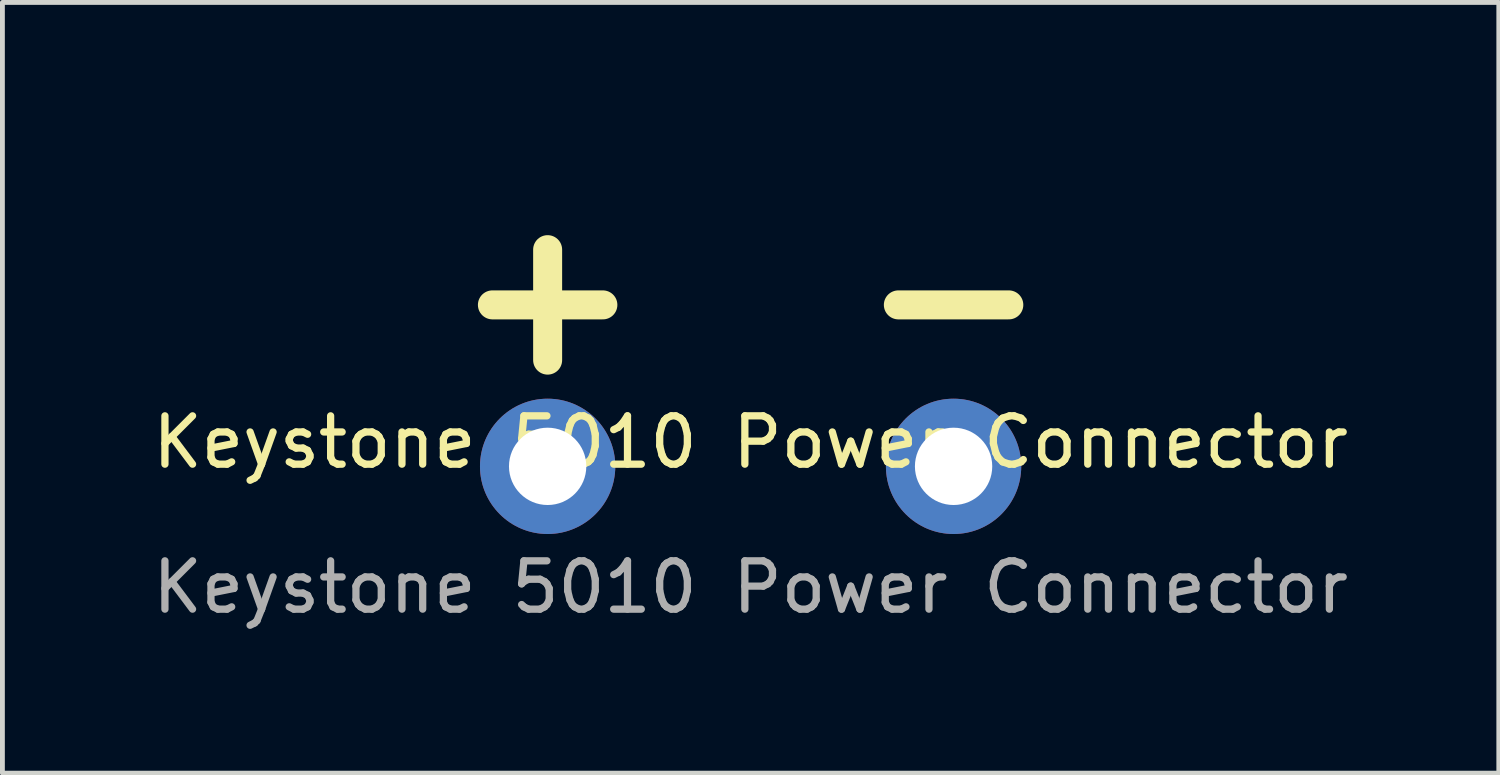
<source format=kicad_pcb>
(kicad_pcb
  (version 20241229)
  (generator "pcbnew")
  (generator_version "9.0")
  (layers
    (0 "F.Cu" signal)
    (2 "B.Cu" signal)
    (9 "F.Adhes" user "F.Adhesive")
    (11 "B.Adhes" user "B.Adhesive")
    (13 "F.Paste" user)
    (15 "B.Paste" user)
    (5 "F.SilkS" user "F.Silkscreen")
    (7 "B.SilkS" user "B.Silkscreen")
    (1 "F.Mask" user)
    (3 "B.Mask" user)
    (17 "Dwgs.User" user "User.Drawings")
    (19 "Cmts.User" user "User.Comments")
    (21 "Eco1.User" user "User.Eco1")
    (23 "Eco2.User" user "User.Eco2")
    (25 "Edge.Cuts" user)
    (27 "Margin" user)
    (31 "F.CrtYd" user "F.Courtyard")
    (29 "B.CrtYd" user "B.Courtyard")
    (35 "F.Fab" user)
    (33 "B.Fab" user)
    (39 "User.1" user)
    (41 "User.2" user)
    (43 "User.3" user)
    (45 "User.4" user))
  (footprint "Keystone 5010 Power Connector"
    (layer "F.Cu")
    (at 12.482 6.6)
    (property "Reference" "Keystone 5010 Power Connector" (at 0 -0.5 0) (unlocked yes) (layer "F.SilkS") (effects (font (size 1 1) (thickness 0.15))))
    (attr through_hole)
    (fp_text user "-" (at 4.2 -1.8 0) (unlocked yes) (layer "F.SilkS") (effects (font (size 3 3) (thickness 0.6) (bold yes)) (justify bottom)))
    (fp_text user "+" (at -4.2 -1.8 0) (unlocked yes) (layer "F.SilkS") (effects (font (size 3 3) (thickness 0.6) (bold yes)) (justify bottom)))
    (fp_text user "${REFERENCE}" (at 0 2.5 0) (unlocked yes) (layer "F.Fab") (effects (font (size 1 1) (thickness 0.15))))
    (pad "1" thru_hole circle (at -4.2 0) (size 2.8 2.8) (drill 1.6) (layers "*.Cu" "*.Mask"))
    (pad "2" thru_hole circle (at 4.2 0) (size 2.8 2.8) (drill 1.6) (layers "*.Cu" "*.Mask")))
  (gr_rect
    (start -3 -3)
    (end 27.964 12.948)
    (stroke (width 0.1) (type default))
    (fill no)
    (layer "Edge.Cuts")))
</source>
